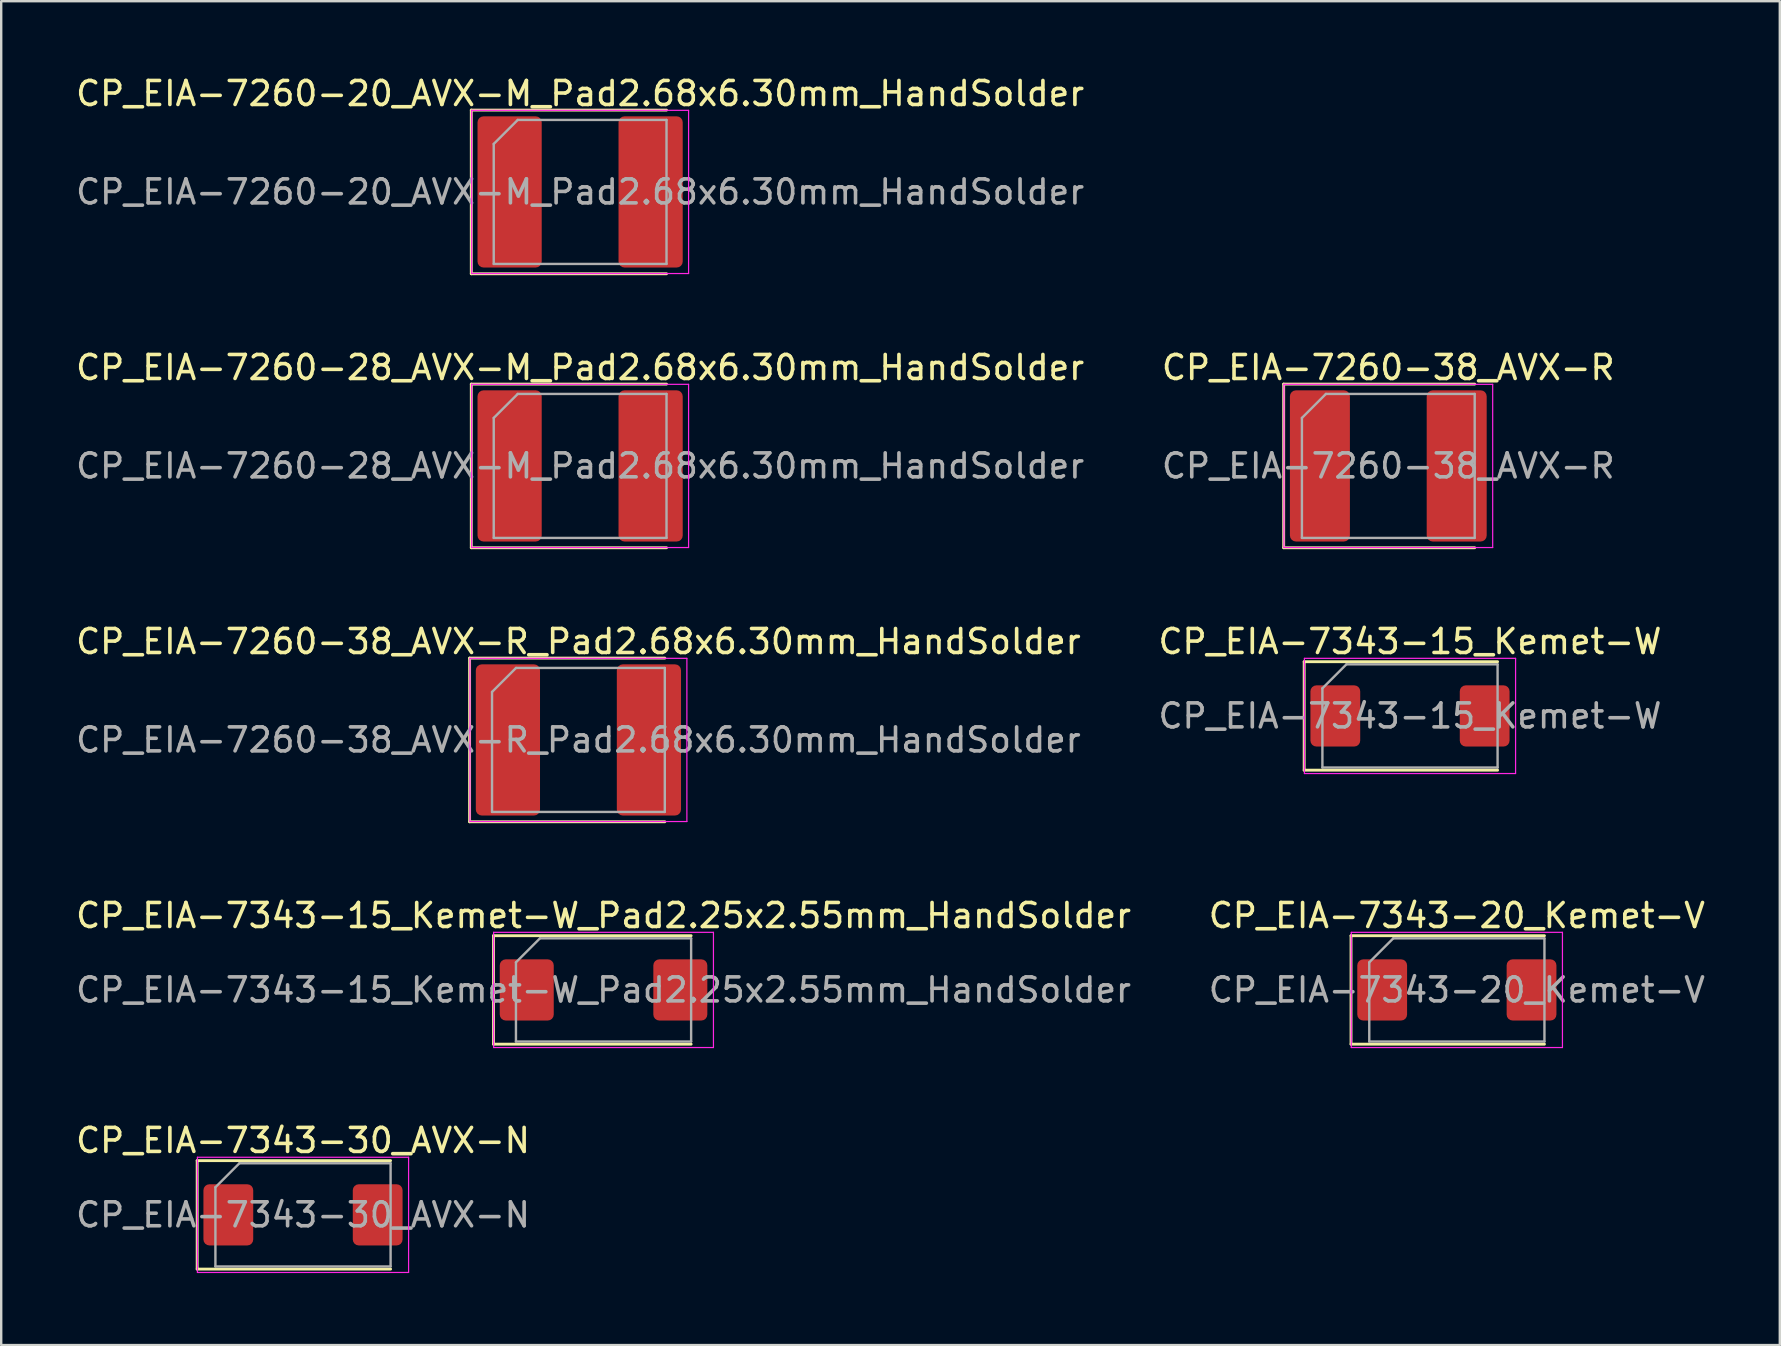
<source format=kicad_pcb>
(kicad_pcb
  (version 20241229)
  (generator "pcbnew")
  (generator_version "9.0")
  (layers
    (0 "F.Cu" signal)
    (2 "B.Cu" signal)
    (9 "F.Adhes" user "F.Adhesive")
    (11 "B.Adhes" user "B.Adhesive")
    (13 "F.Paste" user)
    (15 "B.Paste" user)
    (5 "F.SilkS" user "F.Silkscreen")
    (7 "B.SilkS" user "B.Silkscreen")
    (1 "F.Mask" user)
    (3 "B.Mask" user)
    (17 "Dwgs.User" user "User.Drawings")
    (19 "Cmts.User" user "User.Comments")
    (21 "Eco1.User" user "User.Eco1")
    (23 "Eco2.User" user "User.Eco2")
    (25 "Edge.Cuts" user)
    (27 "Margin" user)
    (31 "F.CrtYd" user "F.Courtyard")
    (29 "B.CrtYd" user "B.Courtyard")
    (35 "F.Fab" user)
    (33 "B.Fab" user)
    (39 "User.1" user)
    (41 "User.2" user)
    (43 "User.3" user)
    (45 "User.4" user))
  (footprint "CP_EIA-7343-15_Kemet-W"
    (layer "F.Cu")
    (at 55.708 26.785)
    (property "Reference" "CP_EIA-7343-15_Kemet-W" (at 0 -3.1 0) (layer "F.SilkS") (effects (font (size 1 1) (thickness 0.15))))
    (attr smd)
    (fp_line (start -4.41 -2.26) (end -4.41 2.26) (stroke (width 0.12) (type solid)) (layer "F.SilkS"))
    (fp_line (start -4.41 2.26) (end 3.65 2.26) (stroke (width 0.12) (type solid)) (layer "F.SilkS"))
    (fp_line (start 3.65 -2.26) (end -4.41 -2.26) (stroke (width 0.12) (type solid)) (layer "F.SilkS"))
    (fp_line (start -4.4 -2.4) (end 4.4 -2.4) (stroke (width 0.05) (type solid)) (layer "F.CrtYd"))
    (fp_line (start -4.4 2.4) (end -4.4 -2.4) (stroke (width 0.05) (type solid)) (layer "F.CrtYd"))
    (fp_line (start 4.4 -2.4) (end 4.4 2.4) (stroke (width 0.05) (type solid)) (layer "F.CrtYd"))
    (fp_line (start 4.4 2.4) (end -4.4 2.4) (stroke (width 0.05) (type solid)) (layer "F.CrtYd"))
    (fp_line (start -3.65 -1.15) (end -3.65 2.15) (stroke (width 0.1) (type solid)) (layer "F.Fab"))
    (fp_line (start -3.65 2.15) (end 3.65 2.15) (stroke (width 0.1) (type solid)) (layer "F.Fab"))
    (fp_line (start -2.65 -2.15) (end -3.65 -1.15) (stroke (width 0.1) (type solid)) (layer "F.Fab"))
    (fp_line (start 3.65 -2.15) (end -2.65 -2.15) (stroke (width 0.1) (type solid)) (layer "F.Fab"))
    (fp_line (start 3.65 2.15) (end 3.65 -2.15) (stroke (width 0.1) (type solid)) (layer "F.Fab"))
    (fp_text user "${REFERENCE}" (at 0 0 0) (layer "F.Fab") (effects (font (size 1 1) (thickness 0.15))))
    (pad "1" smd roundrect (at -3.112 0) (size 2.075 2.55) (layers "F.Cu" "F.Mask" "F.Paste") (roundrect_rratio 0.12))
    (pad "2" smd roundrect (at 3.112 0) (size 2.075 2.55) (layers "F.Cu" "F.Mask" "F.Paste") (roundrect_rratio 0.12)))
  (footprint "CP_EIA-7260-38_AVX-R"
    (layer "F.Cu")
    (at 54.804 16.366)
    (property "Reference" "CP_EIA-7260-38_AVX-R" (at 0 -4.1 0) (layer "F.SilkS") (effects (font (size 1 1) (thickness 0.15))))
    (attr smd)
    (fp_line (start -4.36 -3.41) (end -4.36 3.41) (stroke (width 0.12) (type solid)) (layer "F.SilkS"))
    (fp_line (start -4.36 3.41) (end 3.6 3.41) (stroke (width 0.12) (type solid)) (layer "F.SilkS"))
    (fp_line (start 3.6 -3.41) (end -4.36 -3.41) (stroke (width 0.12) (type solid)) (layer "F.SilkS"))
    (fp_line (start -4.35 -3.4) (end 4.35 -3.4) (stroke (width 0.05) (type solid)) (layer "F.CrtYd"))
    (fp_line (start -4.35 3.4) (end -4.35 -3.4) (stroke (width 0.05) (type solid)) (layer "F.CrtYd"))
    (fp_line (start 4.35 -3.4) (end 4.35 3.4) (stroke (width 0.05) (type solid)) (layer "F.CrtYd"))
    (fp_line (start 4.35 3.4) (end -4.35 3.4) (stroke (width 0.05) (type solid)) (layer "F.CrtYd"))
    (fp_line (start -3.6 -2) (end -3.6 3) (stroke (width 0.1) (type solid)) (layer "F.Fab"))
    (fp_line (start -3.6 3) (end 3.6 3) (stroke (width 0.1) (type solid)) (layer "F.Fab"))
    (fp_line (start -2.6 -3) (end -3.6 -2) (stroke (width 0.1) (type solid)) (layer "F.Fab"))
    (fp_line (start 3.6 -3) (end -2.6 -3) (stroke (width 0.1) (type solid)) (layer "F.Fab"))
    (fp_line (start 3.6 3) (end 3.6 -3) (stroke (width 0.1) (type solid)) (layer "F.Fab"))
    (fp_text user "${REFERENCE}" (at 0 0 0) (layer "F.Fab") (effects (font (size 1 1) (thickness 0.15))))
    (pad "1" smd roundrect (at -2.85 0) (size 2.5 6.3) (layers "F.Cu" "F.Mask" "F.Paste") (roundrect_rratio 0.1))
    (pad "2" smd roundrect (at 2.85 0) (size 2.5 6.3) (layers "F.Cu" "F.Mask" "F.Paste") (roundrect_rratio 0.1)))
  (footprint "CP_EIA-7260-28_AVX-M_Pad2.68x6.30mm_HandSolder"
    (layer "F.Cu")
    (at 21.125 16.366)
    (property "Reference" "CP_EIA-7260-28_AVX-M_Pad2.68x6.30mm_HandSolder" (at 0 -4.1 0) (layer "F.SilkS") (effects (font (size 1 1) (thickness 0.15))))
    (attr smd)
    (fp_line (start -4.535 -3.41) (end -4.535 3.41) (stroke (width 0.12) (type solid)) (layer "F.SilkS"))
    (fp_line (start -4.535 3.41) (end 3.6 3.41) (stroke (width 0.12) (type solid)) (layer "F.SilkS"))
    (fp_line (start 3.6 -3.41) (end -4.535 -3.41) (stroke (width 0.12) (type solid)) (layer "F.SilkS"))
    (fp_line (start -4.52 -3.4) (end 4.52 -3.4) (stroke (width 0.05) (type solid)) (layer "F.CrtYd"))
    (fp_line (start -4.52 3.4) (end -4.52 -3.4) (stroke (width 0.05) (type solid)) (layer "F.CrtYd"))
    (fp_line (start 4.52 -3.4) (end 4.52 3.4) (stroke (width 0.05) (type solid)) (layer "F.CrtYd"))
    (fp_line (start 4.52 3.4) (end -4.52 3.4) (stroke (width 0.05) (type solid)) (layer "F.CrtYd"))
    (fp_line (start -3.6 -2) (end -3.6 3) (stroke (width 0.1) (type solid)) (layer "F.Fab"))
    (fp_line (start -3.6 3) (end 3.6 3) (stroke (width 0.1) (type solid)) (layer "F.Fab"))
    (fp_line (start -2.6 -3) (end -3.6 -2) (stroke (width 0.1) (type solid)) (layer "F.Fab"))
    (fp_line (start 3.6 -3) (end -2.6 -3) (stroke (width 0.1) (type solid)) (layer "F.Fab"))
    (fp_line (start 3.6 3) (end 3.6 -3) (stroke (width 0.1) (type solid)) (layer "F.Fab"))
    (fp_text user "${REFERENCE}" (at 0 0 0) (layer "F.Fab") (effects (font (size 1 1) (thickness 0.15))))
    (pad "1" smd roundrect (at -2.938 0) (size 2.675 6.3) (layers "F.Cu" "F.Mask" "F.Paste") (roundrect_rratio 0.093))
    (pad "2" smd roundrect (at 2.938 0) (size 2.675 6.3) (layers "F.Cu" "F.Mask" "F.Paste") (roundrect_rratio 0.093)))
  (footprint "CP_EIA-7343-15_Kemet-W_Pad2.25x2.55mm_HandSolder"
    (layer "F.Cu")
    (at 22.101 38.203)
    (property "Reference" "CP_EIA-7343-15_Kemet-W_Pad2.25x2.55mm_HandSolder" (at 0 -3.1 0) (layer "F.SilkS") (effects (font (size 1 1) (thickness 0.15))))
    (attr smd)
    (fp_line (start -4.585 -2.26) (end -4.585 2.26) (stroke (width 0.12) (type solid)) (layer "F.SilkS"))
    (fp_line (start -4.585 2.26) (end 3.65 2.26) (stroke (width 0.12) (type solid)) (layer "F.SilkS"))
    (fp_line (start 3.65 -2.26) (end -4.585 -2.26) (stroke (width 0.12) (type solid)) (layer "F.SilkS"))
    (fp_line (start -4.58 -2.4) (end 4.58 -2.4) (stroke (width 0.05) (type solid)) (layer "F.CrtYd"))
    (fp_line (start -4.58 2.4) (end -4.58 -2.4) (stroke (width 0.05) (type solid)) (layer "F.CrtYd"))
    (fp_line (start 4.58 -2.4) (end 4.58 2.4) (stroke (width 0.05) (type solid)) (layer "F.CrtYd"))
    (fp_line (start 4.58 2.4) (end -4.58 2.4) (stroke (width 0.05) (type solid)) (layer "F.CrtYd"))
    (fp_line (start -3.65 -1.15) (end -3.65 2.15) (stroke (width 0.1) (type solid)) (layer "F.Fab"))
    (fp_line (start -3.65 2.15) (end 3.65 2.15) (stroke (width 0.1) (type solid)) (layer "F.Fab"))
    (fp_line (start -2.65 -2.15) (end -3.65 -1.15) (stroke (width 0.1) (type solid)) (layer "F.Fab"))
    (fp_line (start 3.65 -2.15) (end -2.65 -2.15) (stroke (width 0.1) (type solid)) (layer "F.Fab"))
    (fp_line (start 3.65 2.15) (end 3.65 -2.15) (stroke (width 0.1) (type solid)) (layer "F.Fab"))
    (fp_text user "${REFERENCE}" (at 0 0 0) (layer "F.Fab") (effects (font (size 1 1) (thickness 0.15))))
    (pad "1" smd roundrect (at -3.2 0) (size 2.25 2.55) (layers "F.Cu" "F.Mask" "F.Paste") (roundrect_rratio 0.111))
    (pad "2" smd roundrect (at 3.2 0) (size 2.25 2.55) (layers "F.Cu" "F.Mask" "F.Paste") (roundrect_rratio 0.111)))
  (footprint "CP_EIA-7260-20_AVX-M_Pad2.68x6.30mm_HandSolder"
    (layer "F.Cu")
    (at 21.125 4.948)
    (property "Reference" "CP_EIA-7260-20_AVX-M_Pad2.68x6.30mm_HandSolder" (at 0 -4.1 0) (layer "F.SilkS") (effects (font (size 1 1) (thickness 0.15))))
    (attr smd)
    (fp_line (start -4.535 -3.41) (end -4.535 3.41) (stroke (width 0.12) (type solid)) (layer "F.SilkS"))
    (fp_line (start -4.535 3.41) (end 3.6 3.41) (stroke (width 0.12) (type solid)) (layer "F.SilkS"))
    (fp_line (start 3.6 -3.41) (end -4.535 -3.41) (stroke (width 0.12) (type solid)) (layer "F.SilkS"))
    (fp_line (start -4.52 -3.4) (end 4.52 -3.4) (stroke (width 0.05) (type solid)) (layer "F.CrtYd"))
    (fp_line (start -4.52 3.4) (end -4.52 -3.4) (stroke (width 0.05) (type solid)) (layer "F.CrtYd"))
    (fp_line (start 4.52 -3.4) (end 4.52 3.4) (stroke (width 0.05) (type solid)) (layer "F.CrtYd"))
    (fp_line (start 4.52 3.4) (end -4.52 3.4) (stroke (width 0.05) (type solid)) (layer "F.CrtYd"))
    (fp_line (start -3.6 -2) (end -3.6 3) (stroke (width 0.1) (type solid)) (layer "F.Fab"))
    (fp_line (start -3.6 3) (end 3.6 3) (stroke (width 0.1) (type solid)) (layer "F.Fab"))
    (fp_line (start -2.6 -3) (end -3.6 -2) (stroke (width 0.1) (type solid)) (layer "F.Fab"))
    (fp_line (start 3.6 -3) (end -2.6 -3) (stroke (width 0.1) (type solid)) (layer "F.Fab"))
    (fp_line (start 3.6 3) (end 3.6 -3) (stroke (width 0.1) (type solid)) (layer "F.Fab"))
    (fp_text user "${REFERENCE}" (at 0 0 0) (layer "F.Fab") (effects (font (size 1 1) (thickness 0.15))))
    (pad "1" smd roundrect (at -2.938 0) (size 2.675 6.3) (layers "F.Cu" "F.Mask" "F.Paste") (roundrect_rratio 0.093))
    (pad "2" smd roundrect (at 2.938 0) (size 2.675 6.3) (layers "F.Cu" "F.Mask" "F.Paste") (roundrect_rratio 0.093)))
  (footprint "CP_EIA-7260-38_AVX-R_Pad2.68x6.30mm_HandSolder"
    (layer "F.Cu")
    (at 21.054 27.785)
    (property "Reference" "CP_EIA-7260-38_AVX-R_Pad2.68x6.30mm_HandSolder" (at 0 -4.1 0) (layer "F.SilkS") (effects (font (size 1 1) (thickness 0.15))))
    (attr smd)
    (fp_line (start -4.535 -3.41) (end -4.535 3.41) (stroke (width 0.12) (type solid)) (layer "F.SilkS"))
    (fp_line (start -4.535 3.41) (end 3.6 3.41) (stroke (width 0.12) (type solid)) (layer "F.SilkS"))
    (fp_line (start 3.6 -3.41) (end -4.535 -3.41) (stroke (width 0.12) (type solid)) (layer "F.SilkS"))
    (fp_line (start -4.52 -3.4) (end 4.52 -3.4) (stroke (width 0.05) (type solid)) (layer "F.CrtYd"))
    (fp_line (start -4.52 3.4) (end -4.52 -3.4) (stroke (width 0.05) (type solid)) (layer "F.CrtYd"))
    (fp_line (start 4.52 -3.4) (end 4.52 3.4) (stroke (width 0.05) (type solid)) (layer "F.CrtYd"))
    (fp_line (start 4.52 3.4) (end -4.52 3.4) (stroke (width 0.05) (type solid)) (layer "F.CrtYd"))
    (fp_line (start -3.6 -2) (end -3.6 3) (stroke (width 0.1) (type solid)) (layer "F.Fab"))
    (fp_line (start -3.6 3) (end 3.6 3) (stroke (width 0.1) (type solid)) (layer "F.Fab"))
    (fp_line (start -2.6 -3) (end -3.6 -2) (stroke (width 0.1) (type solid)) (layer "F.Fab"))
    (fp_line (start 3.6 -3) (end -2.6 -3) (stroke (width 0.1) (type solid)) (layer "F.Fab"))
    (fp_line (start 3.6 3) (end 3.6 -3) (stroke (width 0.1) (type solid)) (layer "F.Fab"))
    (fp_text user "${REFERENCE}" (at 0 0 0) (layer "F.Fab") (effects (font (size 1 1) (thickness 0.15))))
    (pad "1" smd roundrect (at -2.938 0) (size 2.675 6.3) (layers "F.Cu" "F.Mask" "F.Paste") (roundrect_rratio 0.093))
    (pad "2" smd roundrect (at 2.938 0) (size 2.675 6.3) (layers "F.Cu" "F.Mask" "F.Paste") (roundrect_rratio 0.093)))
  (footprint "CP_EIA-7343-20_Kemet-V"
    (layer "F.Cu")
    (at 57.661 38.203)
    (property "Reference" "CP_EIA-7343-20_Kemet-V" (at 0 -3.1 0) (layer "F.SilkS") (effects (font (size 1 1) (thickness 0.15))))
    (attr smd)
    (fp_line (start -4.41 -2.26) (end -4.41 2.26) (stroke (width 0.12) (type solid)) (layer "F.SilkS"))
    (fp_line (start -4.41 2.26) (end 3.65 2.26) (stroke (width 0.12) (type solid)) (layer "F.SilkS"))
    (fp_line (start 3.65 -2.26) (end -4.41 -2.26) (stroke (width 0.12) (type solid)) (layer "F.SilkS"))
    (fp_line (start -4.4 -2.4) (end 4.4 -2.4) (stroke (width 0.05) (type solid)) (layer "F.CrtYd"))
    (fp_line (start -4.4 2.4) (end -4.4 -2.4) (stroke (width 0.05) (type solid)) (layer "F.CrtYd"))
    (fp_line (start 4.4 -2.4) (end 4.4 2.4) (stroke (width 0.05) (type solid)) (layer "F.CrtYd"))
    (fp_line (start 4.4 2.4) (end -4.4 2.4) (stroke (width 0.05) (type solid)) (layer "F.CrtYd"))
    (fp_line (start -3.65 -1.15) (end -3.65 2.15) (stroke (width 0.1) (type solid)) (layer "F.Fab"))
    (fp_line (start -3.65 2.15) (end 3.65 2.15) (stroke (width 0.1) (type solid)) (layer "F.Fab"))
    (fp_line (start -2.65 -2.15) (end -3.65 -1.15) (stroke (width 0.1) (type solid)) (layer "F.Fab"))
    (fp_line (start 3.65 -2.15) (end -2.65 -2.15) (stroke (width 0.1) (type solid)) (layer "F.Fab"))
    (fp_line (start 3.65 2.15) (end 3.65 -2.15) (stroke (width 0.1) (type solid)) (layer "F.Fab"))
    (fp_text user "${REFERENCE}" (at 0 0 0) (layer "F.Fab") (effects (font (size 1 1) (thickness 0.15))))
    (pad "1" smd roundrect (at -3.112 0) (size 2.075 2.55) (layers "F.Cu" "F.Mask" "F.Paste") (roundrect_rratio 0.12))
    (pad "2" smd roundrect (at 3.112 0) (size 2.075 2.55) (layers "F.Cu" "F.Mask" "F.Paste") (roundrect_rratio 0.12)))
  (footprint "CP_EIA-7343-30_AVX-N"
    (layer "F.Cu")
    (at 9.577 47.576)
    (property "Reference" "CP_EIA-7343-30_AVX-N" (at 0 -3.1 0) (layer "F.SilkS") (effects (font (size 1 1) (thickness 0.15))))
    (attr smd)
    (fp_line (start -4.41 -2.26) (end -4.41 2.26) (stroke (width 0.12) (type solid)) (layer "F.SilkS"))
    (fp_line (start -4.41 2.26) (end 3.65 2.26) (stroke (width 0.12) (type solid)) (layer "F.SilkS"))
    (fp_line (start 3.65 -2.26) (end -4.41 -2.26) (stroke (width 0.12) (type solid)) (layer "F.SilkS"))
    (fp_line (start -4.4 -2.4) (end 4.4 -2.4) (stroke (width 0.05) (type solid)) (layer "F.CrtYd"))
    (fp_line (start -4.4 2.4) (end -4.4 -2.4) (stroke (width 0.05) (type solid)) (layer "F.CrtYd"))
    (fp_line (start 4.4 -2.4) (end 4.4 2.4) (stroke (width 0.05) (type solid)) (layer "F.CrtYd"))
    (fp_line (start 4.4 2.4) (end -4.4 2.4) (stroke (width 0.05) (type solid)) (layer "F.CrtYd"))
    (fp_line (start -3.65 -1.15) (end -3.65 2.15) (stroke (width 0.1) (type solid)) (layer "F.Fab"))
    (fp_line (start -3.65 2.15) (end 3.65 2.15) (stroke (width 0.1) (type solid)) (layer "F.Fab"))
    (fp_line (start -2.65 -2.15) (end -3.65 -1.15) (stroke (width 0.1) (type solid)) (layer "F.Fab"))
    (fp_line (start 3.65 -2.15) (end -2.65 -2.15) (stroke (width 0.1) (type solid)) (layer "F.Fab"))
    (fp_line (start 3.65 2.15) (end 3.65 -2.15) (stroke (width 0.1) (type solid)) (layer "F.Fab"))
    (fp_text user "${REFERENCE}" (at 0 0 0) (layer "F.Fab") (effects (font (size 1 1) (thickness 0.15))))
    (pad "1" smd roundrect (at -3.112 0) (size 2.075 2.55) (layers "F.Cu" "F.Mask" "F.Paste") (roundrect_rratio 0.12))
    (pad "2" smd roundrect (at 3.112 0) (size 2.075 2.55) (layers "F.Cu" "F.Mask" "F.Paste") (roundrect_rratio 0.12)))
  (gr_rect
    (start -3 -3)
    (end 71.119 53.001)
    (stroke (width 0.1) (type default))
    (fill no)
    (layer "Edge.Cuts")))
</source>
